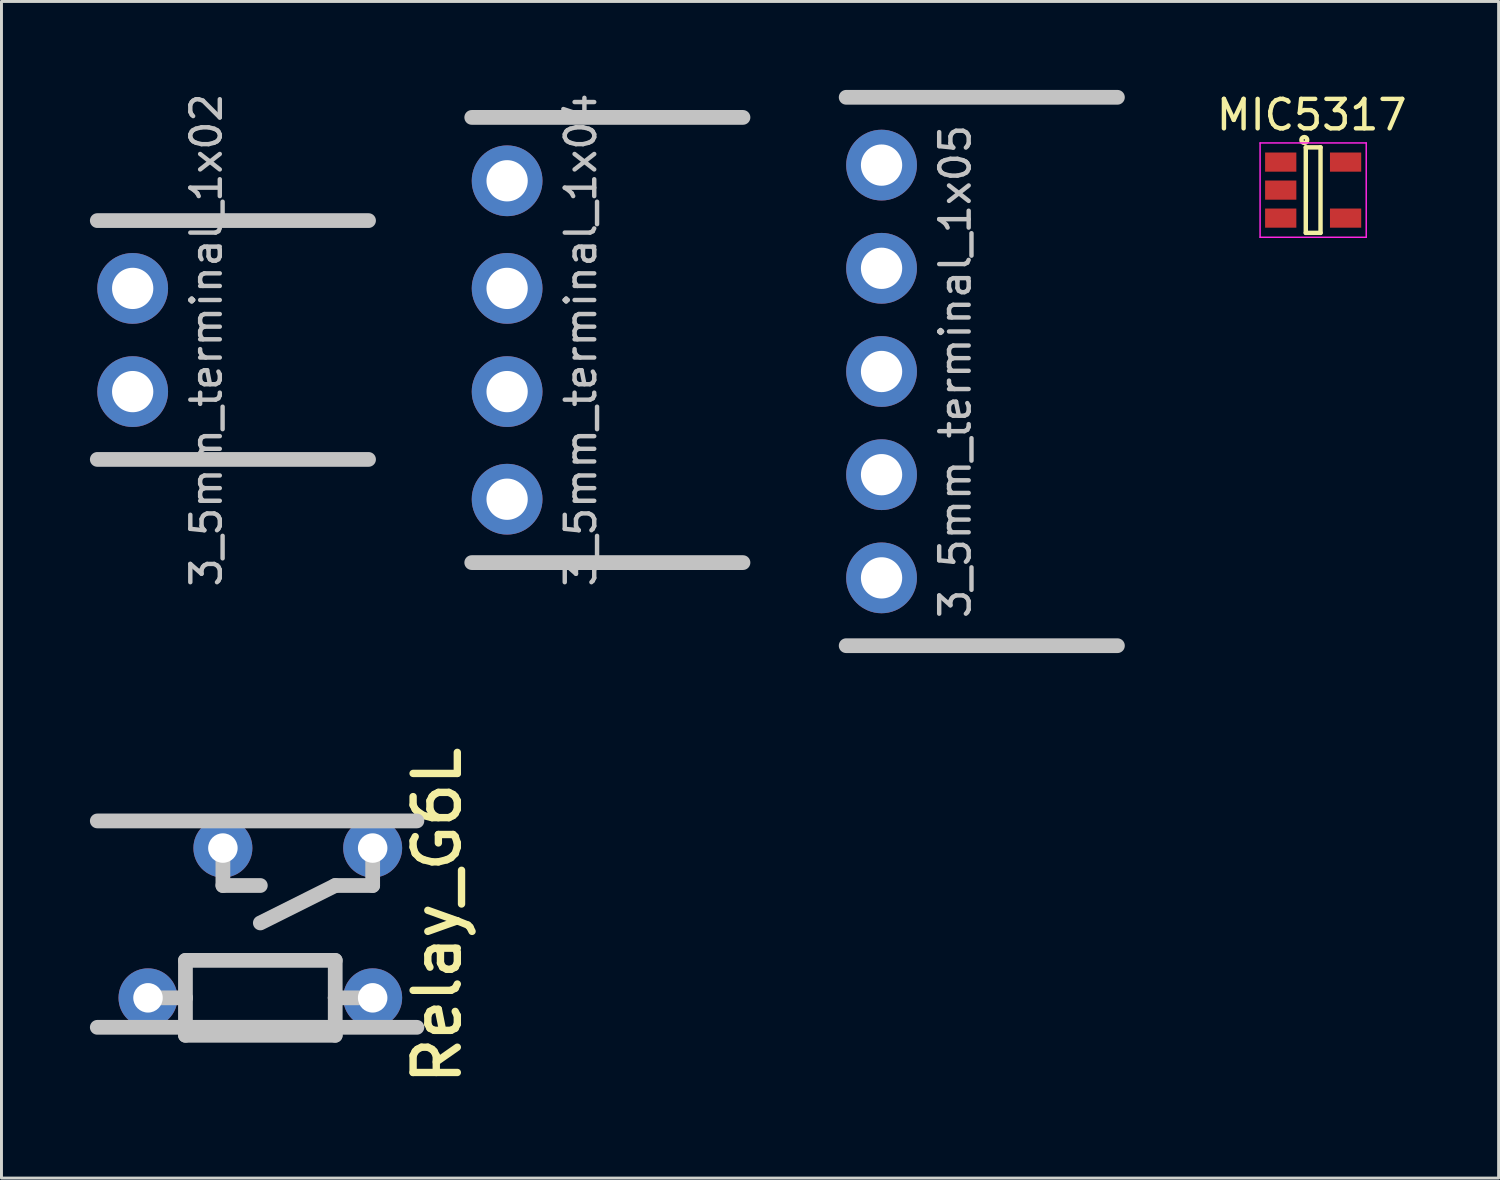
<source format=kicad_pcb>
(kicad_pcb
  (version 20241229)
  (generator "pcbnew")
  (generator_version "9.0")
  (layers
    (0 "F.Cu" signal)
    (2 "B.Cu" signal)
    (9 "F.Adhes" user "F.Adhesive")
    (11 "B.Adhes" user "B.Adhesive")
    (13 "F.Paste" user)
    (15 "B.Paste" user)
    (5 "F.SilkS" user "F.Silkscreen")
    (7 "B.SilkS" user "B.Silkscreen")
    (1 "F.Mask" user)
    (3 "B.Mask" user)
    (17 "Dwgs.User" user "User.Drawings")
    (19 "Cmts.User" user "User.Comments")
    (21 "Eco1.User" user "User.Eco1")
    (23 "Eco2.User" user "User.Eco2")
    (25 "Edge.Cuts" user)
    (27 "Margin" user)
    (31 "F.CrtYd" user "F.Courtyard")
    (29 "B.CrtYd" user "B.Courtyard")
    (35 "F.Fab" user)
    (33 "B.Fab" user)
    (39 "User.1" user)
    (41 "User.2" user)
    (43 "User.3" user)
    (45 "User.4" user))
  (footprint "3_5mm_terminal_1x05"
    (layer "F.Cu")
    (at 26.85 9.55)
    (property "Reference" "3_5mm_terminal_1x05" (at 2.5 0 90) (layer "Dwgs.User") (effects (font (size 1 1) (thickness 0.15))))
    (attr through_hole)
    (fp_line (start -1.2 -9.3) (end 8 -9.3) (stroke (width 0.5) (type solid)) (layer "Dwgs.User"))
    (fp_line (start -1.2 9.3) (end 8 9.3) (stroke (width 0.5) (type solid)) (layer "Dwgs.User"))
    (pad "1" thru_hole circle (at 0 -7) (size 2.4 2.4) (drill 1.4) (layers "*.Cu" "*.Mask"))
    (pad "2" thru_hole circle (at 0 -3.5) (size 2.4 2.4) (drill 1.4) (layers "*.Cu" "*.Mask"))
    (pad "3" thru_hole circle (at 0 0) (size 2.4 2.4) (drill 1.4) (layers "*.Cu" "*.Mask"))
    (pad "4" thru_hole circle (at 0 3.5) (size 2.4 2.4) (drill 1.4) (layers "*.Cu" "*.Mask"))
    (pad "5" thru_hole circle (at 0 7) (size 2.4 2.4) (drill 1.4) (layers "*.Cu" "*.Mask")))
  (footprint "3_5mm_terminal_1x02"
    (layer "F.Cu")
    (at 1.45 8.482)
    (property "Reference" "3_5mm_terminal_1x02" (at 2.5 0 90) (layer "Dwgs.User") (effects (font (size 1 1) (thickness 0.15))))
    (attr through_hole)
    (fp_line (start -1.2 -4.05) (end 8 -4.05) (stroke (width 0.5) (type solid)) (layer "Dwgs.User"))
    (fp_line (start -1.2 4.05) (end 8 4.05) (stroke (width 0.5) (type solid)) (layer "Dwgs.User"))
    (pad "1" thru_hole circle (at 0 -1.75) (size 2.4 2.4) (drill 1.4) (layers "*.Cu" "*.Mask"))
    (pad "2" thru_hole circle (at 0 1.75) (size 2.4 2.4) (drill 1.4) (layers "*.Cu" "*.Mask")))
  (footprint "Relay_G6L"
    (layer "F.Cu")
    (at 5.78 28.254)
    (property "Reference" "Relay_G6L" (at 6 -0.25 90) (layer "F.SilkS") (effects (font (size 1.5 1.5) (thickness 0.25))))
    (attr through_hole)
    (fp_line (start -3.81 2.54) (end -2.54 2.54) (stroke (width 0.5) (type solid)) (layer "Dwgs.User"))
    (fp_line (start -2.54 1.27) (end 2.54 1.27) (stroke (width 0.5) (type solid)) (layer "Dwgs.User"))
    (fp_line (start -2.54 2.54) (end -2.54 1.27) (stroke (width 0.5) (type solid)) (layer "Dwgs.User"))
    (fp_line (start -2.54 3.81) (end -2.54 2.54) (stroke (width 0.5) (type solid)) (layer "Dwgs.User"))
    (fp_line (start -1.27 -1.27) (end -1.27 -2.54) (stroke (width 0.5) (type solid)) (layer "Dwgs.User"))
    (fp_line (start 0 -1.27) (end -1.27 -1.27) (stroke (width 0.5) (type solid)) (layer "Dwgs.User"))
    (fp_line (start 2.54 -1.27) (end 0 0) (stroke (width 0.5) (type solid)) (layer "Dwgs.User"))
    (fp_line (start 2.54 1.27) (end 2.54 2.54) (stroke (width 0.5) (type solid)) (layer "Dwgs.User"))
    (fp_line (start 2.54 2.54) (end 2.54 3.81) (stroke (width 0.5) (type solid)) (layer "Dwgs.User"))
    (fp_line (start 2.54 2.54) (end 3.81 2.54) (stroke (width 0.5) (type solid)) (layer "Dwgs.User"))
    (fp_line (start 2.54 3.81) (end -2.54 3.81) (stroke (width 0.5) (type solid)) (layer "Dwgs.User"))
    (fp_line (start 3.81 -2.54) (end 3.81 -1.27) (stroke (width 0.5) (type solid)) (layer "Dwgs.User"))
    (fp_line (start 3.81 -1.27) (end 2.54 -1.27) (stroke (width 0.5) (type solid)) (layer "Dwgs.User"))
    (fp_line (start 5.31 -3.46) (end -5.53 -3.46) (stroke (width 0.5) (type solid)) (layer "Dwgs.User"))
    (fp_line (start 5.31 3.54) (end -5.53 3.54) (stroke (width 0.5) (type solid)) (layer "Dwgs.User"))
    (pad "2" thru_hole circle (at -1.27 -2.54) (size 2 2) (drill 1) (layers "*.Cu" "*.Mask"))
    (pad "4" thru_hole circle (at 3.81 -2.54) (size 2 2) (drill 1) (layers "*.Cu" "*.Mask"))
    (pad "5" thru_hole circle (at 3.81 2.54) (size 2 2) (drill 1) (layers "*.Cu" "*.Mask"))
    (pad "8" thru_hole circle (at -3.81 2.54) (size 2 2) (drill 1) (layers "*.Cu" "*.Mask")))
  (footprint "MIC5317"
    (layer "F.Cu")
    (at 41.489 3.398)
    (property "Reference" "MIC5317" (at -0.05 -2.55 0) (layer "F.SilkS") (effects (font (size 1 1) (thickness 0.15))))
    (attr smd)
    (fp_line (start -0.25 -1.45) (end -0.25 1.45) (stroke (width 0.15) (type solid)) (layer "F.SilkS"))
    (fp_line (start -0.25 1.45) (end 0.25 1.45) (stroke (width 0.15) (type solid)) (layer "F.SilkS"))
    (fp_line (start 0.25 -1.45) (end -0.25 -1.45) (stroke (width 0.15) (type solid)) (layer "F.SilkS"))
    (fp_line (start 0.25 1.45) (end 0.25 -1.45) (stroke (width 0.15) (type solid)) (layer "F.SilkS"))
    (fp_circle (center -0.3 -1.7) (end -0.2 -1.7) (stroke (width 0.15) (type solid)) (fill no) (layer "F.SilkS"))
    (fp_line (start -1.8 -1.6) (end 1.8 -1.6) (stroke (width 0.05) (type solid)) (layer "F.CrtYd"))
    (fp_line (start -1.8 1.6) (end -1.8 -1.6) (stroke (width 0.05) (type solid)) (layer "F.CrtYd"))
    (fp_line (start 1.8 -1.6) (end 1.8 1.6) (stroke (width 0.05) (type solid)) (layer "F.CrtYd"))
    (fp_line (start 1.8 1.6) (end -1.8 1.6) (stroke (width 0.05) (type solid)) (layer "F.CrtYd"))
    (pad "GND" smd rect (at -1.1 0) (size 1.06 0.65) (layers "F.Cu" "F.Mask" "F.Paste"))
    (pad "NC" smd rect (at 1.1 0.95) (size 1.06 0.65) (layers "F.Cu" "F.Mask" "F.Paste"))
    (pad "VI" smd rect (at -1.1 -0.95) (size 1.06 0.65) (layers "F.Cu" "F.Mask" "F.Paste"))
    (pad "VI" smd rect (at -1.1 0.95) (size 1.06 0.65) (layers "F.Cu" "F.Mask" "F.Paste"))
    (pad "VO" smd rect (at 1.1 -0.95) (size 1.06 0.65) (layers "F.Cu" "F.Mask" "F.Paste")))
  (footprint "3_5mm_terminal_1x04"
    (layer "F.Cu")
    (at 14.15 8.482)
    (property "Reference" "3_5mm_terminal_1x04" (at 2.5 0 90) (layer "Dwgs.User") (effects (font (size 1 1) (thickness 0.15))))
    (attr through_hole)
    (fp_line (start -1.2 -7.55) (end 8 -7.55) (stroke (width 0.5) (type solid)) (layer "Dwgs.User"))
    (fp_line (start -1.2 7.55) (end 8 7.55) (stroke (width 0.5) (type solid)) (layer "Dwgs.User"))
    (pad "1" thru_hole circle (at 0 -5.4) (size 2.4 2.4) (drill 1.4) (layers "*.Cu" "*.Mask"))
    (pad "2" thru_hole circle (at 0 -1.75) (size 2.4 2.4) (drill 1.4) (layers "*.Cu" "*.Mask"))
    (pad "3" thru_hole circle (at 0 1.75) (size 2.4 2.4) (drill 1.4) (layers "*.Cu" "*.Mask"))
    (pad "4" thru_hole circle (at 0 5.4) (size 2.4 2.4) (drill 1.4) (layers "*.Cu" "*.Mask")))
  (gr_rect
    (start -3 -3)
    (end 47.779 36.907)
    (stroke (width 0.1) (type default))
    (fill no)
    (layer "Edge.Cuts")))
</source>
